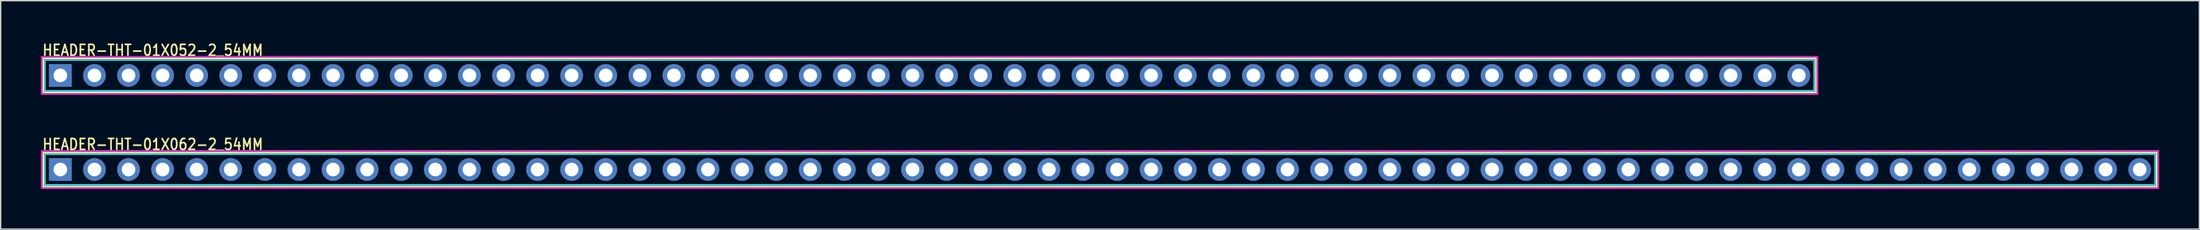
<source format=kicad_pcb>
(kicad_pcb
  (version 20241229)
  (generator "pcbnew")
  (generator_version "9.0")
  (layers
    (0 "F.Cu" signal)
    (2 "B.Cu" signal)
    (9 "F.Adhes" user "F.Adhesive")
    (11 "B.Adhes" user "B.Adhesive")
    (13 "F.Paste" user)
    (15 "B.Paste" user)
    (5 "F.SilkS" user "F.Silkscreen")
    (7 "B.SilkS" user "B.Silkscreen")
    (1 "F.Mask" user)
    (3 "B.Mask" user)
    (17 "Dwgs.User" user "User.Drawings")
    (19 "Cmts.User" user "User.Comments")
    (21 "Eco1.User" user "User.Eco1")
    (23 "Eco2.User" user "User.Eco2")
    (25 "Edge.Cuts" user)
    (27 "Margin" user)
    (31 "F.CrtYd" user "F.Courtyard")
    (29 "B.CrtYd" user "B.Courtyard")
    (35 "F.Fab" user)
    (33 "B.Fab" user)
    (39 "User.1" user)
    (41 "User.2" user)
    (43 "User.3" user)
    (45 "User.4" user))
  (footprint "HEADER-THT-01X052-2_54MM"
    (layer "F.Cu")
    (at 1.447 2.579)
    (property "Reference" "HEADER-THT-01X052-2_54MM" (at -1.4 -1.4 0) (unlocked yes) (layer "F.SilkS") (effects (font (size 0.813 0.695) (thickness 0.122)) (justify left bottom)))
    (fp_line (start -1.27 -1.27) (end -1.27 1.27) (stroke (width 0.127) (type solid)) (layer "F.SilkS"))
    (fp_line (start -1.27 1.27) (end 130.81 1.27) (stroke (width 0.127) (type solid)) (layer "F.SilkS"))
    (fp_line (start 130.81 -1.27) (end -1.27 -1.27) (stroke (width 0.127) (type solid)) (layer "F.SilkS"))
    (fp_line (start 130.81 1.27) (end 130.81 -1.27) (stroke (width 0.127) (type solid)) (layer "F.SilkS"))
    (fp_poly (pts (xy -1.143 -1.143) (xy 130.683 -1.143) (xy 130.683 1.143) (xy -1.143 1.143)) (stroke (width 0.1) (type solid)) (fill no) (layer "B.CrtYd"))
    (fp_poly (pts (xy -1.397 -1.397) (xy 130.937 -1.397) (xy 130.937 1.397) (xy -1.397 1.397)) (stroke (width 0.1) (type solid)) (fill no) (layer "F.CrtYd"))
    (pad "P$1" thru_hole rect (at 0 0) (size 1.693 1.693) (drill 1.016) (layers "*.Cu" "*.Mask"))
    (pad "P$2" thru_hole oval (at 2.54 0) (size 1.693 1.693) (drill 1.016) (layers "*.Cu" "*.Mask"))
    (pad "P$3" thru_hole oval (at 5.08 0) (size 1.693 1.693) (drill 1.016) (layers "*.Cu" "*.Mask"))
    (pad "P$4" thru_hole oval (at 7.62 0) (size 1.693 1.693) (drill 1.016) (layers "*.Cu" "*.Mask"))
    (pad "P$5" thru_hole oval (at 10.16 0) (size 1.693 1.693) (drill 1.016) (layers "*.Cu" "*.Mask"))
    (pad "P$6" thru_hole oval (at 12.7 0) (size 1.693 1.693) (drill 1.016) (layers "*.Cu" "*.Mask"))
    (pad "P$7" thru_hole oval (at 15.24 0) (size 1.693 1.693) (drill 1.016) (layers "*.Cu" "*.Mask"))
    (pad "P$8" thru_hole oval (at 17.78 0) (size 1.693 1.693) (drill 1.016) (layers "*.Cu" "*.Mask"))
    (pad "P$9" thru_hole oval (at 20.32 0) (size 1.693 1.693) (drill 1.016) (layers "*.Cu" "*.Mask"))
    (pad "P$10" thru_hole oval (at 22.86 0) (size 1.693 1.693) (drill 1.016) (layers "*.Cu" "*.Mask"))
    (pad "P$11" thru_hole oval (at 25.4 0) (size 1.693 1.693) (drill 1.016) (layers "*.Cu" "*.Mask"))
    (pad "P$12" thru_hole oval (at 27.94 0) (size 1.693 1.693) (drill 1.016) (layers "*.Cu" "*.Mask"))
    (pad "P$13" thru_hole oval (at 30.48 0) (size 1.693 1.693) (drill 1.016) (layers "*.Cu" "*.Mask"))
    (pad "P$14" thru_hole oval (at 33.02 0) (size 1.693 1.693) (drill 1.016) (layers "*.Cu" "*.Mask"))
    (pad "P$15" thru_hole oval (at 35.56 0) (size 1.693 1.693) (drill 1.016) (layers "*.Cu" "*.Mask"))
    (pad "P$16" thru_hole oval (at 38.1 0) (size 1.693 1.693) (drill 1.016) (layers "*.Cu" "*.Mask"))
    (pad "P$17" thru_hole oval (at 40.64 0) (size 1.693 1.693) (drill 1.016) (layers "*.Cu" "*.Mask"))
    (pad "P$18" thru_hole oval (at 43.18 0) (size 1.693 1.693) (drill 1.016) (layers "*.Cu" "*.Mask"))
    (pad "P$19" thru_hole oval (at 45.72 0) (size 1.693 1.693) (drill 1.016) (layers "*.Cu" "*.Mask"))
    (pad "P$20" thru_hole oval (at 48.26 0) (size 1.693 1.693) (drill 1.016) (layers "*.Cu" "*.Mask"))
    (pad "P$21" thru_hole oval (at 50.8 0) (size 1.693 1.693) (drill 1.016) (layers "*.Cu" "*.Mask"))
    (pad "P$22" thru_hole oval (at 53.34 0) (size 1.693 1.693) (drill 1.016) (layers "*.Cu" "*.Mask"))
    (pad "P$23" thru_hole oval (at 55.88 0) (size 1.693 1.693) (drill 1.016) (layers "*.Cu" "*.Mask"))
    (pad "P$24" thru_hole oval (at 58.42 0) (size 1.693 1.693) (drill 1.016) (layers "*.Cu" "*.Mask"))
    (pad "P$25" thru_hole oval (at 60.96 0) (size 1.693 1.693) (drill 1.016) (layers "*.Cu" "*.Mask"))
    (pad "P$26" thru_hole oval (at 63.5 0) (size 1.693 1.693) (drill 1.016) (layers "*.Cu" "*.Mask"))
    (pad "P$27" thru_hole oval (at 66.04 0) (size 1.693 1.693) (drill 1.016) (layers "*.Cu" "*.Mask"))
    (pad "P$28" thru_hole oval (at 68.58 0) (size 1.693 1.693) (drill 1.016) (layers "*.Cu" "*.Mask"))
    (pad "P$29" thru_hole oval (at 71.12 0) (size 1.693 1.693) (drill 1.016) (layers "*.Cu" "*.Mask"))
    (pad "P$30" thru_hole oval (at 73.66 0) (size 1.693 1.693) (drill 1.016) (layers "*.Cu" "*.Mask"))
    (pad "P$31" thru_hole oval (at 76.2 0) (size 1.693 1.693) (drill 1.016) (layers "*.Cu" "*.Mask"))
    (pad "P$32" thru_hole oval (at 78.74 0) (size 1.693 1.693) (drill 1.016) (layers "*.Cu" "*.Mask"))
    (pad "P$33" thru_hole oval (at 81.28 0) (size 1.693 1.693) (drill 1.016) (layers "*.Cu" "*.Mask"))
    (pad "P$34" thru_hole oval (at 83.82 0) (size 1.693 1.693) (drill 1.016) (layers "*.Cu" "*.Mask"))
    (pad "P$35" thru_hole oval (at 86.36 0) (size 1.693 1.693) (drill 1.016) (layers "*.Cu" "*.Mask"))
    (pad "P$36" thru_hole oval (at 88.9 0) (size 1.693 1.693) (drill 1.016) (layers "*.Cu" "*.Mask"))
    (pad "P$37" thru_hole oval (at 91.44 0) (size 1.693 1.693) (drill 1.016) (layers "*.Cu" "*.Mask"))
    (pad "P$38" thru_hole oval (at 93.98 0) (size 1.693 1.693) (drill 1.016) (layers "*.Cu" "*.Mask"))
    (pad "P$39" thru_hole oval (at 96.52 0) (size 1.693 1.693) (drill 1.016) (layers "*.Cu" "*.Mask"))
    (pad "P$40" thru_hole oval (at 99.06 0) (size 1.693 1.693) (drill 1.016) (layers "*.Cu" "*.Mask"))
    (pad "P$41" thru_hole oval (at 101.6 0) (size 1.693 1.693) (drill 1.016) (layers "*.Cu" "*.Mask"))
    (pad "P$42" thru_hole oval (at 104.14 0) (size 1.693 1.693) (drill 1.016) (layers "*.Cu" "*.Mask"))
    (pad "P$43" thru_hole oval (at 106.68 0) (size 1.693 1.693) (drill 1.016) (layers "*.Cu" "*.Mask"))
    (pad "P$44" thru_hole oval (at 109.22 0) (size 1.693 1.693) (drill 1.016) (layers "*.Cu" "*.Mask"))
    (pad "P$45" thru_hole oval (at 111.76 0) (size 1.693 1.693) (drill 1.016) (layers "*.Cu" "*.Mask"))
    (pad "P$46" thru_hole oval (at 114.3 0) (size 1.693 1.693) (drill 1.016) (layers "*.Cu" "*.Mask"))
    (pad "P$47" thru_hole oval (at 116.84 0) (size 1.693 1.693) (drill 1.016) (layers "*.Cu" "*.Mask"))
    (pad "P$48" thru_hole oval (at 119.38 0) (size 1.693 1.693) (drill 1.016) (layers "*.Cu" "*.Mask"))
    (pad "P$49" thru_hole oval (at 121.92 0) (size 1.693 1.693) (drill 1.016) (layers "*.Cu" "*.Mask"))
    (pad "P$50" thru_hole oval (at 124.46 0) (size 1.693 1.693) (drill 1.016) (layers "*.Cu" "*.Mask"))
    (pad "P$51" thru_hole oval (at 127 0) (size 1.693 1.693) (drill 1.016) (layers "*.Cu" "*.Mask"))
    (pad "P$52" thru_hole oval (at 129.54 0) (size 1.693 1.693) (drill 1.016) (layers "*.Cu" "*.Mask")))
  (footprint "HEADER-THT-01X062-2_54MM"
    (layer "F.Cu")
    (at 1.447 9.604)
    (property "Reference" "HEADER-THT-01X062-2_54MM" (at -1.4 -1.4 0) (unlocked yes) (layer "F.SilkS") (effects (font (size 0.813 0.695) (thickness 0.122)) (justify left bottom)))
    (fp_line (start -1.27 -1.27) (end -1.27 1.27) (stroke (width 0.127) (type solid)) (layer "F.SilkS"))
    (fp_line (start -1.27 1.27) (end 156.21 1.27) (stroke (width 0.127) (type solid)) (layer "F.SilkS"))
    (fp_line (start 156.21 -1.27) (end -1.27 -1.27) (stroke (width 0.127) (type solid)) (layer "F.SilkS"))
    (fp_line (start 156.21 1.27) (end 156.21 -1.27) (stroke (width 0.127) (type solid)) (layer "F.SilkS"))
    (fp_poly (pts (xy -1.143 -1.143) (xy 156.083 -1.143) (xy 156.083 1.143) (xy -1.143 1.143)) (stroke (width 0.1) (type solid)) (fill no) (layer "B.CrtYd"))
    (fp_poly (pts (xy -1.397 -1.397) (xy 156.337 -1.397) (xy 156.337 1.397) (xy -1.397 1.397)) (stroke (width 0.1) (type solid)) (fill no) (layer "F.CrtYd"))
    (pad "P$1" thru_hole rect (at 0 0) (size 1.693 1.693) (drill 1.016) (layers "*.Cu" "*.Mask"))
    (pad "P$2" thru_hole oval (at 2.54 0) (size 1.693 1.693) (drill 1.016) (layers "*.Cu" "*.Mask"))
    (pad "P$3" thru_hole oval (at 5.08 0) (size 1.693 1.693) (drill 1.016) (layers "*.Cu" "*.Mask"))
    (pad "P$4" thru_hole oval (at 7.62 0) (size 1.693 1.693) (drill 1.016) (layers "*.Cu" "*.Mask"))
    (pad "P$5" thru_hole oval (at 10.16 0) (size 1.693 1.693) (drill 1.016) (layers "*.Cu" "*.Mask"))
    (pad "P$6" thru_hole oval (at 12.7 0) (size 1.693 1.693) (drill 1.016) (layers "*.Cu" "*.Mask"))
    (pad "P$7" thru_hole oval (at 15.24 0) (size 1.693 1.693) (drill 1.016) (layers "*.Cu" "*.Mask"))
    (pad "P$8" thru_hole oval (at 17.78 0) (size 1.693 1.693) (drill 1.016) (layers "*.Cu" "*.Mask"))
    (pad "P$9" thru_hole oval (at 20.32 0) (size 1.693 1.693) (drill 1.016) (layers "*.Cu" "*.Mask"))
    (pad "P$10" thru_hole oval (at 22.86 0) (size 1.693 1.693) (drill 1.016) (layers "*.Cu" "*.Mask"))
    (pad "P$11" thru_hole oval (at 25.4 0) (size 1.693 1.693) (drill 1.016) (layers "*.Cu" "*.Mask"))
    (pad "P$12" thru_hole oval (at 27.94 0) (size 1.693 1.693) (drill 1.016) (layers "*.Cu" "*.Mask"))
    (pad "P$13" thru_hole oval (at 30.48 0) (size 1.693 1.693) (drill 1.016) (layers "*.Cu" "*.Mask"))
    (pad "P$14" thru_hole oval (at 33.02 0) (size 1.693 1.693) (drill 1.016) (layers "*.Cu" "*.Mask"))
    (pad "P$15" thru_hole oval (at 35.56 0) (size 1.693 1.693) (drill 1.016) (layers "*.Cu" "*.Mask"))
    (pad "P$16" thru_hole oval (at 38.1 0) (size 1.693 1.693) (drill 1.016) (layers "*.Cu" "*.Mask"))
    (pad "P$17" thru_hole oval (at 40.64 0) (size 1.693 1.693) (drill 1.016) (layers "*.Cu" "*.Mask"))
    (pad "P$18" thru_hole oval (at 43.18 0) (size 1.693 1.693) (drill 1.016) (layers "*.Cu" "*.Mask"))
    (pad "P$19" thru_hole oval (at 45.72 0) (size 1.693 1.693) (drill 1.016) (layers "*.Cu" "*.Mask"))
    (pad "P$20" thru_hole oval (at 48.26 0) (size 1.693 1.693) (drill 1.016) (layers "*.Cu" "*.Mask"))
    (pad "P$21" thru_hole oval (at 50.8 0) (size 1.693 1.693) (drill 1.016) (layers "*.Cu" "*.Mask"))
    (pad "P$22" thru_hole oval (at 53.34 0) (size 1.693 1.693) (drill 1.016) (layers "*.Cu" "*.Mask"))
    (pad "P$23" thru_hole oval (at 55.88 0) (size 1.693 1.693) (drill 1.016) (layers "*.Cu" "*.Mask"))
    (pad "P$24" thru_hole oval (at 58.42 0) (size 1.693 1.693) (drill 1.016) (layers "*.Cu" "*.Mask"))
    (pad "P$25" thru_hole oval (at 60.96 0) (size 1.693 1.693) (drill 1.016) (layers "*.Cu" "*.Mask"))
    (pad "P$26" thru_hole oval (at 63.5 0) (size 1.693 1.693) (drill 1.016) (layers "*.Cu" "*.Mask"))
    (pad "P$27" thru_hole oval (at 66.04 0) (size 1.693 1.693) (drill 1.016) (layers "*.Cu" "*.Mask"))
    (pad "P$28" thru_hole oval (at 68.58 0) (size 1.693 1.693) (drill 1.016) (layers "*.Cu" "*.Mask"))
    (pad "P$29" thru_hole oval (at 71.12 0) (size 1.693 1.693) (drill 1.016) (layers "*.Cu" "*.Mask"))
    (pad "P$30" thru_hole oval (at 73.66 0) (size 1.693 1.693) (drill 1.016) (layers "*.Cu" "*.Mask"))
    (pad "P$31" thru_hole oval (at 76.2 0) (size 1.693 1.693) (drill 1.016) (layers "*.Cu" "*.Mask"))
    (pad "P$32" thru_hole oval (at 78.74 0) (size 1.693 1.693) (drill 1.016) (layers "*.Cu" "*.Mask"))
    (pad "P$33" thru_hole oval (at 81.28 0) (size 1.693 1.693) (drill 1.016) (layers "*.Cu" "*.Mask"))
    (pad "P$34" thru_hole oval (at 83.82 0) (size 1.693 1.693) (drill 1.016) (layers "*.Cu" "*.Mask"))
    (pad "P$35" thru_hole oval (at 86.36 0) (size 1.693 1.693) (drill 1.016) (layers "*.Cu" "*.Mask"))
    (pad "P$36" thru_hole oval (at 88.9 0) (size 1.693 1.693) (drill 1.016) (layers "*.Cu" "*.Mask"))
    (pad "P$37" thru_hole oval (at 91.44 0) (size 1.693 1.693) (drill 1.016) (layers "*.Cu" "*.Mask"))
    (pad "P$38" thru_hole oval (at 93.98 0) (size 1.693 1.693) (drill 1.016) (layers "*.Cu" "*.Mask"))
    (pad "P$39" thru_hole oval (at 96.52 0) (size 1.693 1.693) (drill 1.016) (layers "*.Cu" "*.Mask"))
    (pad "P$40" thru_hole oval (at 99.06 0) (size 1.693 1.693) (drill 1.016) (layers "*.Cu" "*.Mask"))
    (pad "P$41" thru_hole oval (at 101.6 0) (size 1.693 1.693) (drill 1.016) (layers "*.Cu" "*.Mask"))
    (pad "P$42" thru_hole oval (at 104.14 0) (size 1.693 1.693) (drill 1.016) (layers "*.Cu" "*.Mask"))
    (pad "P$43" thru_hole oval (at 106.68 0) (size 1.693 1.693) (drill 1.016) (layers "*.Cu" "*.Mask"))
    (pad "P$44" thru_hole oval (at 109.22 0) (size 1.693 1.693) (drill 1.016) (layers "*.Cu" "*.Mask"))
    (pad "P$45" thru_hole oval (at 111.76 0) (size 1.693 1.693) (drill 1.016) (layers "*.Cu" "*.Mask"))
    (pad "P$46" thru_hole oval (at 114.3 0) (size 1.693 1.693) (drill 1.016) (layers "*.Cu" "*.Mask"))
    (pad "P$47" thru_hole oval (at 116.84 0) (size 1.693 1.693) (drill 1.016) (layers "*.Cu" "*.Mask"))
    (pad "P$48" thru_hole oval (at 119.38 0) (size 1.693 1.693) (drill 1.016) (layers "*.Cu" "*.Mask"))
    (pad "P$49" thru_hole oval (at 121.92 0) (size 1.693 1.693) (drill 1.016) (layers "*.Cu" "*.Mask"))
    (pad "P$50" thru_hole oval (at 124.46 0) (size 1.693 1.693) (drill 1.016) (layers "*.Cu" "*.Mask"))
    (pad "P$51" thru_hole oval (at 127 0) (size 1.693 1.693) (drill 1.016) (layers "*.Cu" "*.Mask"))
    (pad "P$52" thru_hole oval (at 129.54 0) (size 1.693 1.693) (drill 1.016) (layers "*.Cu" "*.Mask"))
    (pad "P$53" thru_hole oval (at 132.08 0) (size 1.693 1.693) (drill 1.016) (layers "*.Cu" "*.Mask"))
    (pad "P$54" thru_hole oval (at 134.62 0) (size 1.693 1.693) (drill 1.016) (layers "*.Cu" "*.Mask"))
    (pad "P$55" thru_hole oval (at 137.16 0) (size 1.693 1.693) (drill 1.016) (layers "*.Cu" "*.Mask"))
    (pad "P$56" thru_hole oval (at 139.7 0) (size 1.693 1.693) (drill 1.016) (layers "*.Cu" "*.Mask"))
    (pad "P$57" thru_hole oval (at 142.24 0) (size 1.693 1.693) (drill 1.016) (layers "*.Cu" "*.Mask"))
    (pad "P$58" thru_hole oval (at 144.78 0) (size 1.693 1.693) (drill 1.016) (layers "*.Cu" "*.Mask"))
    (pad "P$59" thru_hole oval (at 147.32 0) (size 1.693 1.693) (drill 1.016) (layers "*.Cu" "*.Mask"))
    (pad "P$60" thru_hole oval (at 149.86 0) (size 1.693 1.693) (drill 1.016) (layers "*.Cu" "*.Mask"))
    (pad "P$61" thru_hole oval (at 152.4 0) (size 1.693 1.693) (drill 1.016) (layers "*.Cu" "*.Mask"))
    (pad "P$62" thru_hole oval (at 154.94 0) (size 1.693 1.693) (drill 1.016) (layers "*.Cu" "*.Mask")))
  (gr_rect
    (start -3 -3)
    (end 160.834 14.051)
    (stroke (width 0.1) (type default))
    (fill no)
    (layer "Edge.Cuts")))
</source>
